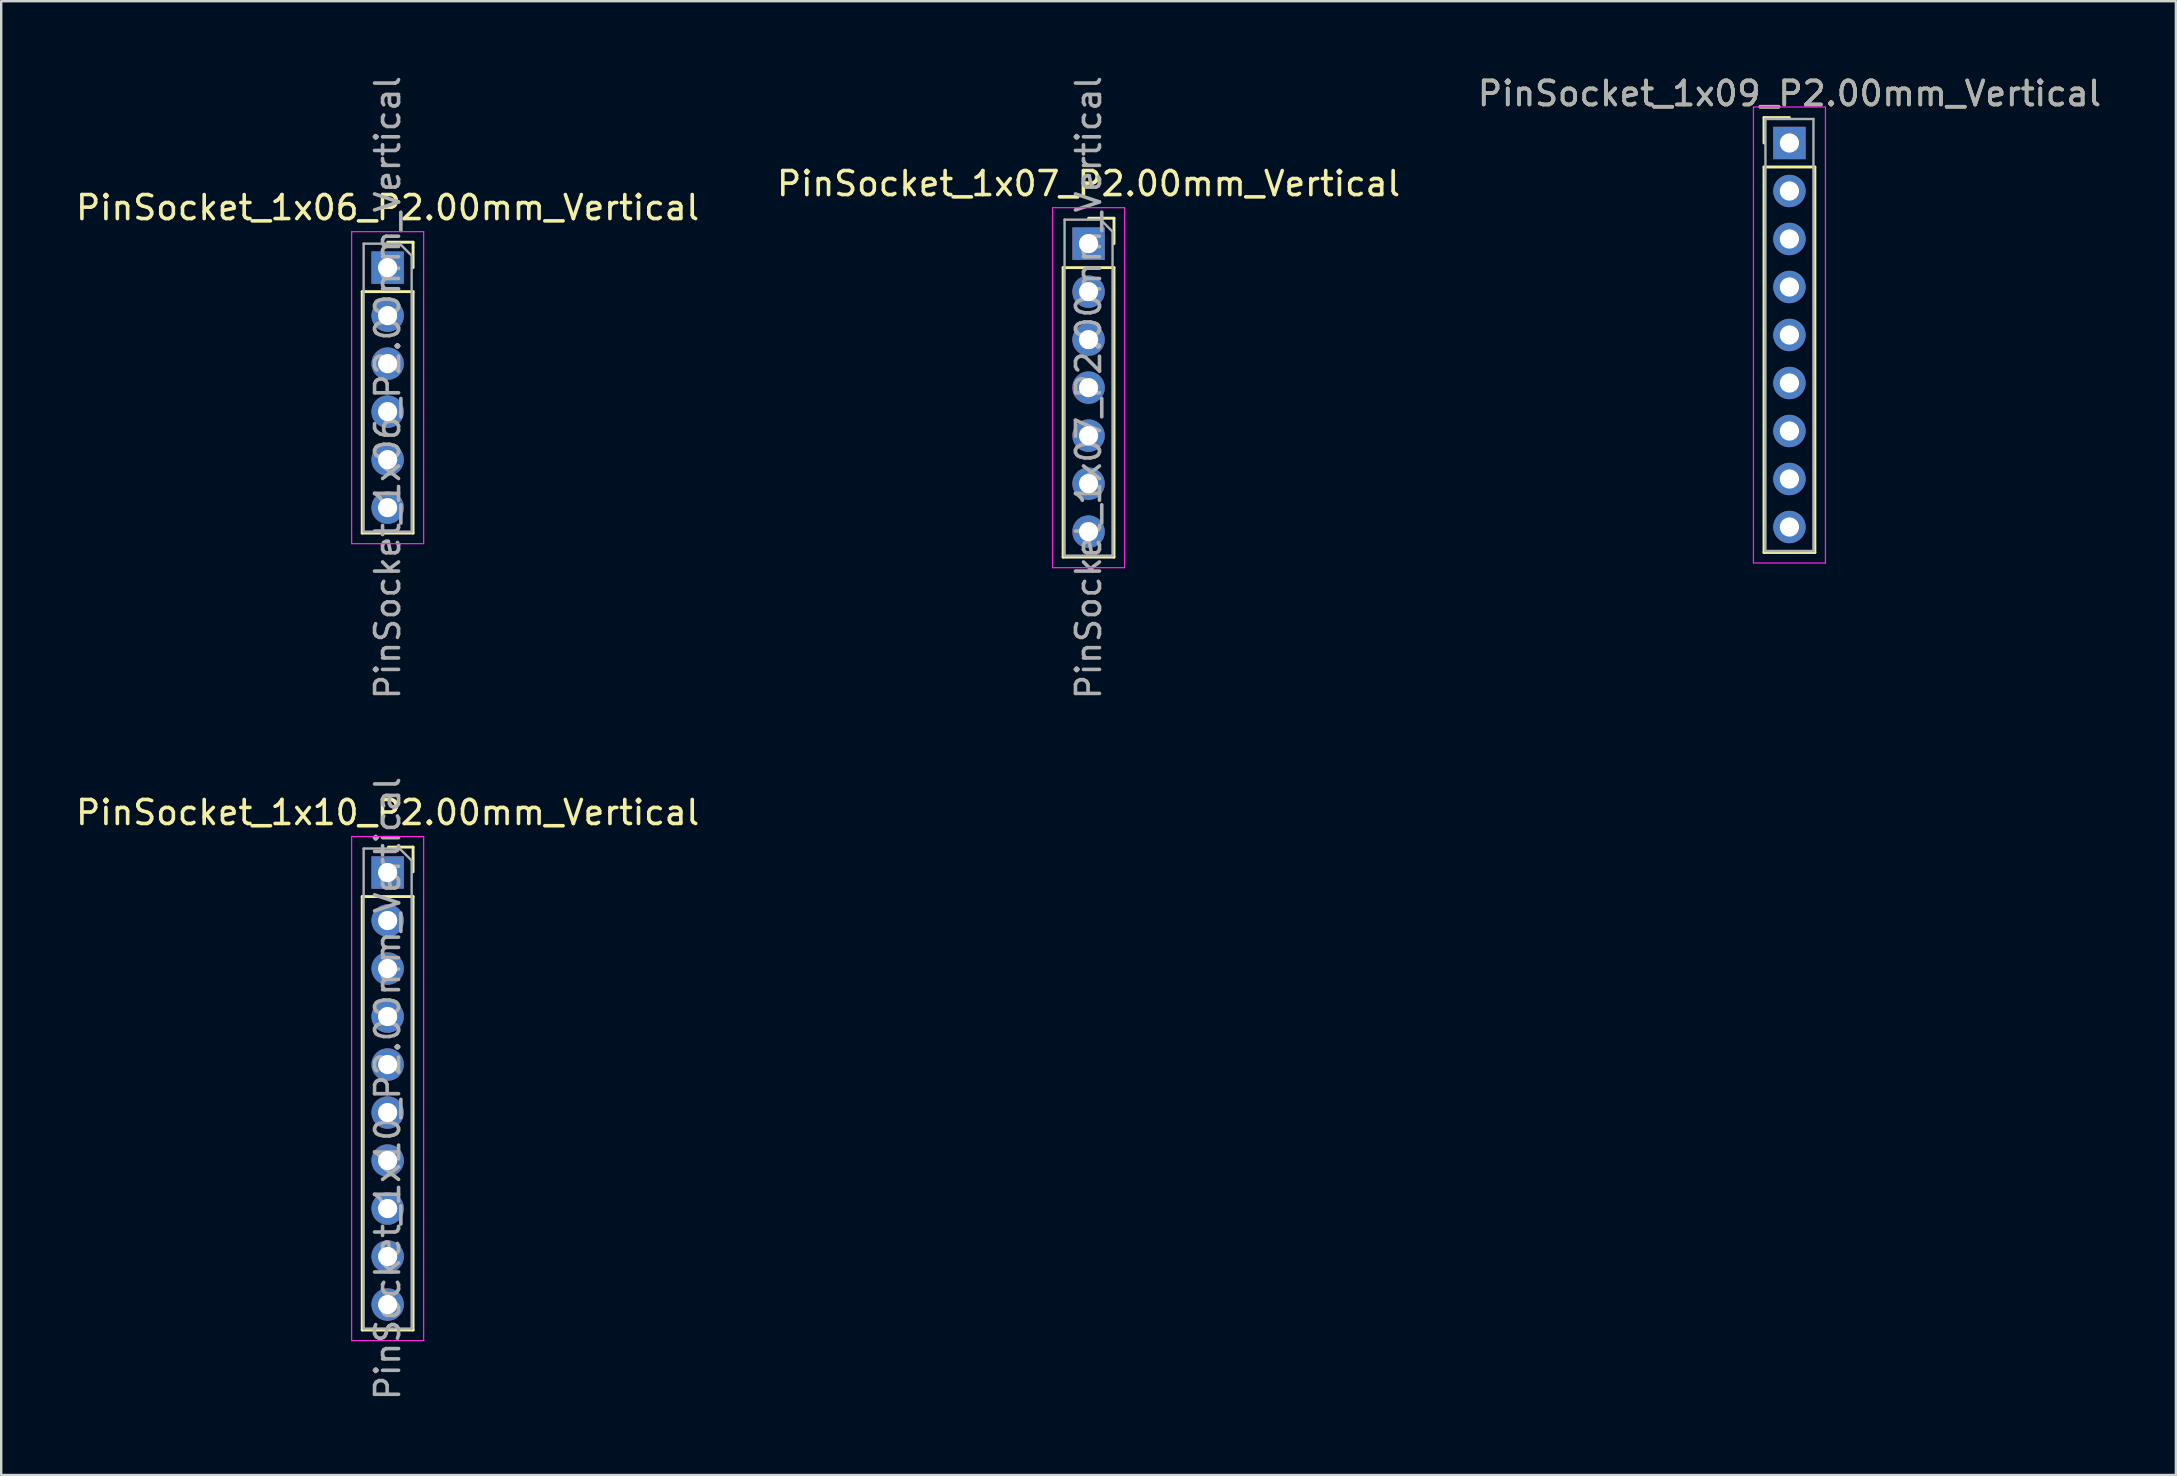
<source format=kicad_pcb>
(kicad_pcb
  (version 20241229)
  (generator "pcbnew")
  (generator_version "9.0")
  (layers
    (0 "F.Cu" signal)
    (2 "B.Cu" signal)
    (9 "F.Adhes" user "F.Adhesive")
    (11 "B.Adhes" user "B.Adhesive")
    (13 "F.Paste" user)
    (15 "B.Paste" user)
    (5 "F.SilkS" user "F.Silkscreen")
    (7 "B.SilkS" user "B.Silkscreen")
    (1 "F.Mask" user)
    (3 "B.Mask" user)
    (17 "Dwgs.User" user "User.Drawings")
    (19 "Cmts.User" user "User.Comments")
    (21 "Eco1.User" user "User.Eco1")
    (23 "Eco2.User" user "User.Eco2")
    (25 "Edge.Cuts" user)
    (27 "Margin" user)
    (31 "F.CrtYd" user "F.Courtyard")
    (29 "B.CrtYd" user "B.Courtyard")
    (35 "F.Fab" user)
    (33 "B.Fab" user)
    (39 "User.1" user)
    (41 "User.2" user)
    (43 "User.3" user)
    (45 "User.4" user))
  (footprint "PinSocket_1x07_P2.00mm_Vertical"
    (layer "F.Cu")
    (at 42.304 7.101)
    (property "Reference" "PinSocket_1x07_P2.00mm_Vertical" (at 0 -2.5 0) (layer "F.SilkS") (effects (font (size 1 1) (thickness 0.15))))
    (attr through_hole)
    (fp_line (start -1.06 1) (end -1.06 13.06) (stroke (width 0.12) (type solid)) (layer "F.SilkS"))
    (fp_line (start -1.06 1) (end 1.06 1) (stroke (width 0.12) (type solid)) (layer "F.SilkS"))
    (fp_line (start -1.06 13.06) (end 1.06 13.06) (stroke (width 0.12) (type solid)) (layer "F.SilkS"))
    (fp_line (start 0 -1.06) (end 1.06 -1.06) (stroke (width 0.12) (type solid)) (layer "F.SilkS"))
    (fp_line (start 1.06 -1.06) (end 1.06 0) (stroke (width 0.12) (type solid)) (layer "F.SilkS"))
    (fp_line (start 1.06 1) (end 1.06 13.06) (stroke (width 0.12) (type solid)) (layer "F.SilkS"))
    (fp_line (start -1.5 -1.5) (end 1.5 -1.5) (stroke (width 0.05) (type solid)) (layer "F.CrtYd"))
    (fp_line (start -1.5 13.5) (end -1.5 -1.5) (stroke (width 0.05) (type solid)) (layer "F.CrtYd"))
    (fp_line (start 1.5 -1.5) (end 1.5 13.5) (stroke (width 0.05) (type solid)) (layer "F.CrtYd"))
    (fp_line (start 1.5 13.5) (end -1.5 13.5) (stroke (width 0.05) (type solid)) (layer "F.CrtYd"))
    (fp_line (start -1 -1) (end 0.5 -1) (stroke (width 0.1) (type solid)) (layer "F.Fab"))
    (fp_line (start -1 13) (end -1 -1) (stroke (width 0.1) (type solid)) (layer "F.Fab"))
    (fp_line (start 0.5 -1) (end 1 -0.5) (stroke (width 0.1) (type solid)) (layer "F.Fab"))
    (fp_line (start 1 -0.5) (end 1 13) (stroke (width 0.1) (type solid)) (layer "F.Fab"))
    (fp_line (start 1 13) (end -1 13) (stroke (width 0.1) (type solid)) (layer "F.Fab"))
    (fp_text user "${REFERENCE}" (at 0 6 90) (layer "F.Fab") (effects (font (size 1 1) (thickness 0.15))))
    (pad "1" thru_hole rect (at 0 0) (size 1.35 1.35) (drill 0.8) (layers "*.Cu" "*.Mask"))
    (pad "2" thru_hole oval (at 0 2) (size 1.35 1.35) (drill 0.8) (layers "*.Cu" "*.Mask"))
    (pad "3" thru_hole oval (at 0 4) (size 1.35 1.35) (drill 0.8) (layers "*.Cu" "*.Mask"))
    (pad "4" thru_hole oval (at 0 6) (size 1.35 1.35) (drill 0.8) (layers "*.Cu" "*.Mask"))
    (pad "5" thru_hole oval (at 0 8) (size 1.35 1.35) (drill 0.8) (layers "*.Cu" "*.Mask"))
    (pad "6" thru_hole oval (at 0 10) (size 1.35 1.35) (drill 0.8) (layers "*.Cu" "*.Mask"))
    (pad "7" thru_hole oval (at 0 12) (size 1.35 1.35) (drill 0.8) (layers "*.Cu" "*.Mask")))
  (footprint "PinSocket_1x06_P2.00mm_Vertical"
    (layer "F.Cu")
    (at 13.101 8.101)
    (property "Reference" "PinSocket_1x06_P2.00mm_Vertical" (at 0 -2.5 0) (layer "F.SilkS") (effects (font (size 1 1) (thickness 0.15))))
    (attr through_hole)
    (fp_line (start -1.06 1) (end -1.06 11.06) (stroke (width 0.12) (type solid)) (layer "F.SilkS"))
    (fp_line (start -1.06 1) (end 1.06 1) (stroke (width 0.12) (type solid)) (layer "F.SilkS"))
    (fp_line (start -1.06 11.06) (end 1.06 11.06) (stroke (width 0.12) (type solid)) (layer "F.SilkS"))
    (fp_line (start 0 -1.06) (end 1.06 -1.06) (stroke (width 0.12) (type solid)) (layer "F.SilkS"))
    (fp_line (start 1.06 -1.06) (end 1.06 0) (stroke (width 0.12) (type solid)) (layer "F.SilkS"))
    (fp_line (start 1.06 1) (end 1.06 11.06) (stroke (width 0.12) (type solid)) (layer "F.SilkS"))
    (fp_line (start -1.5 -1.5) (end 1.5 -1.5) (stroke (width 0.05) (type solid)) (layer "F.CrtYd"))
    (fp_line (start -1.5 11.5) (end -1.5 -1.5) (stroke (width 0.05) (type solid)) (layer "F.CrtYd"))
    (fp_line (start 1.5 -1.5) (end 1.5 11.5) (stroke (width 0.05) (type solid)) (layer "F.CrtYd"))
    (fp_line (start 1.5 11.5) (end -1.5 11.5) (stroke (width 0.05) (type solid)) (layer "F.CrtYd"))
    (fp_line (start -1 -1) (end 0.5 -1) (stroke (width 0.1) (type solid)) (layer "F.Fab"))
    (fp_line (start -1 11) (end -1 -1) (stroke (width 0.1) (type solid)) (layer "F.Fab"))
    (fp_line (start 0.5 -1) (end 1 -0.5) (stroke (width 0.1) (type solid)) (layer "F.Fab"))
    (fp_line (start 1 -0.5) (end 1 11) (stroke (width 0.1) (type solid)) (layer "F.Fab"))
    (fp_line (start 1 11) (end -1 11) (stroke (width 0.1) (type solid)) (layer "F.Fab"))
    (fp_text user "${REFERENCE}" (at 0 5 90) (layer "F.Fab") (effects (font (size 1 1) (thickness 0.15))))
    (pad "1" thru_hole rect (at 0 0) (size 1.35 1.35) (drill 0.8) (layers "*.Cu" "*.Mask"))
    (pad "2" thru_hole oval (at 0 2) (size 1.35 1.35) (drill 0.8) (layers "*.Cu" "*.Mask"))
    (pad "3" thru_hole oval (at 0 4) (size 1.35 1.35) (drill 0.8) (layers "*.Cu" "*.Mask"))
    (pad "4" thru_hole oval (at 0 6) (size 1.35 1.35) (drill 0.8) (layers "*.Cu" "*.Mask"))
    (pad "5" thru_hole oval (at 0 8) (size 1.35 1.35) (drill 0.8) (layers "*.Cu" "*.Mask"))
    (pad "6" thru_hole oval (at 0 10) (size 1.35 1.35) (drill 0.8) (layers "*.Cu" "*.Mask")))
  (footprint "PinSocket_1x09_P2.00mm_Vertical"
    (layer "F.Cu")
    (at 71.506 2.908)
    (property "Reference" "PinSocket_1x09_P2.00mm_Vertical" (at 0 -2.06 0) (layer "F.SilkS") (effects (font (size 1 1) (thickness 0.15))))
    (attr through_hole)
    (fp_line (start -1.06 -1.06) (end 0 -1.06) (stroke (width 0.12) (type solid)) (layer "F.SilkS"))
    (fp_line (start -1.06 0) (end -1.06 -1.06) (stroke (width 0.12) (type solid)) (layer "F.SilkS"))
    (fp_line (start -1.06 1) (end -1.06 17.06) (stroke (width 0.12) (type solid)) (layer "F.SilkS"))
    (fp_line (start -1.06 17.06) (end 1.06 17.06) (stroke (width 0.12) (type solid)) (layer "F.SilkS"))
    (fp_line (start 1.06 1) (end -1.06 1) (stroke (width 0.12) (type solid)) (layer "F.SilkS"))
    (fp_line (start 1.06 17.06) (end 1.06 1) (stroke (width 0.12) (type solid)) (layer "F.SilkS"))
    (fp_line (start -1.5 -1.5) (end -1.5 17.5) (stroke (width 0.05) (type solid)) (layer "F.CrtYd"))
    (fp_line (start -1.5 17.5) (end 1.5 17.5) (stroke (width 0.05) (type solid)) (layer "F.CrtYd"))
    (fp_line (start 1.5 -1.5) (end -1.5 -1.5) (stroke (width 0.05) (type solid)) (layer "F.CrtYd"))
    (fp_line (start 1.5 17.5) (end 1.5 -1.5) (stroke (width 0.05) (type solid)) (layer "F.CrtYd"))
    (fp_line (start -1 -1) (end -1 17) (stroke (width 0.1) (type solid)) (layer "F.Fab"))
    (fp_line (start -1 17) (end 1 17) (stroke (width 0.1) (type solid)) (layer "F.Fab"))
    (fp_line (start 1 -1) (end -1 -1) (stroke (width 0.1) (type solid)) (layer "F.Fab"))
    (fp_line (start 1 17) (end 1 -1) (stroke (width 0.1) (type solid)) (layer "F.Fab"))
    (fp_text user "${REFERENCE}" (at 0 -2.06 0) (layer "F.Fab") (effects (font (size 1 1) (thickness 0.15))))
    (pad "1" thru_hole rect (at 0 0) (size 1.35 1.35) (drill 0.8) (layers "*.Cu" "*.Mask"))
    (pad "2" thru_hole oval (at 0 2) (size 1.35 1.35) (drill 0.8) (layers "*.Cu" "*.Mask"))
    (pad "3" thru_hole oval (at 0 4) (size 1.35 1.35) (drill 0.8) (layers "*.Cu" "*.Mask"))
    (pad "4" thru_hole oval (at 0 6) (size 1.35 1.35) (drill 0.8) (layers "*.Cu" "*.Mask"))
    (pad "5" thru_hole oval (at 0 8) (size 1.35 1.35) (drill 0.8) (layers "*.Cu" "*.Mask"))
    (pad "6" thru_hole oval (at 0 10) (size 1.35 1.35) (drill 0.8) (layers "*.Cu" "*.Mask"))
    (pad "7" thru_hole oval (at 0 12) (size 1.35 1.35) (drill 0.8) (layers "*.Cu" "*.Mask"))
    (pad "8" thru_hole oval (at 0 14) (size 1.35 1.35) (drill 0.8) (layers "*.Cu" "*.Mask"))
    (pad "9" thru_hole oval (at 0 16) (size 1.35 1.35) (drill 0.8) (layers "*.Cu" "*.Mask")))
  (footprint "PinSocket_1x10_P2.00mm_Vertical"
    (layer "F.Cu")
    (at 13.101 33.304)
    (property "Reference" "PinSocket_1x10_P2.00mm_Vertical" (at 0 -2.5 0) (layer "F.SilkS") (effects (font (size 1 1) (thickness 0.15))))
    (attr through_hole)
    (fp_line (start -1.06 1) (end -1.06 19.06) (stroke (width 0.12) (type solid)) (layer "F.SilkS"))
    (fp_line (start -1.06 19.06) (end 1.06 19.06) (stroke (width 0.12) (type solid)) (layer "F.SilkS"))
    (fp_line (start 1.06 -1.06) (end 0.03 -1.06) (stroke (width 0.12) (type solid)) (layer "F.SilkS"))
    (fp_line (start 1.06 -0.03) (end 1.06 -1.06) (stroke (width 0.12) (type solid)) (layer "F.SilkS"))
    (fp_line (start 1.06 1) (end -1.06 1) (stroke (width 0.12) (type solid)) (layer "F.SilkS"))
    (fp_line (start 1.06 19.06) (end 1.06 1) (stroke (width 0.12) (type solid)) (layer "F.SilkS"))
    (fp_line (start -1.5 -1.5) (end 1.5 -1.5) (stroke (width 0.05) (type solid)) (layer "F.CrtYd"))
    (fp_line (start -1.5 19.5) (end -1.5 -1.5) (stroke (width 0.05) (type solid)) (layer "F.CrtYd"))
    (fp_line (start 1.5 -1.5) (end 1.5 19.5) (stroke (width 0.05) (type solid)) (layer "F.CrtYd"))
    (fp_line (start 1.5 19.5) (end -1.5 19.5) (stroke (width 0.05) (type solid)) (layer "F.CrtYd"))
    (fp_line (start -1 -1) (end 0.5 -1) (stroke (width 0.1) (type solid)) (layer "F.Fab"))
    (fp_line (start -1 19) (end -1 -1) (stroke (width 0.1) (type solid)) (layer "F.Fab"))
    (fp_line (start 0.5 -1) (end 1 -0.5) (stroke (width 0.1) (type solid)) (layer "F.Fab"))
    (fp_line (start 1 -0.5) (end 1 19) (stroke (width 0.1) (type solid)) (layer "F.Fab"))
    (fp_line (start 1 19) (end -1 19) (stroke (width 0.1) (type solid)) (layer "F.Fab"))
    (fp_text user "${REFERENCE}" (at 0 9 90) (layer "F.Fab") (effects (font (size 1 1) (thickness 0.15))))
    (pad "1" thru_hole rect (at 0 0) (size 1.35 1.35) (drill 0.8) (layers "*.Cu" "*.Mask"))
    (pad "2" thru_hole oval (at 0 2) (size 1.35 1.35) (drill 0.8) (layers "*.Cu" "*.Mask"))
    (pad "3" thru_hole oval (at 0 4) (size 1.35 1.35) (drill 0.8) (layers "*.Cu" "*.Mask"))
    (pad "4" thru_hole oval (at 0 6) (size 1.35 1.35) (drill 0.8) (layers "*.Cu" "*.Mask"))
    (pad "5" thru_hole oval (at 0 8) (size 1.35 1.35) (drill 0.8) (layers "*.Cu" "*.Mask"))
    (pad "6" thru_hole oval (at 0 10) (size 1.35 1.35) (drill 0.8) (layers "*.Cu" "*.Mask"))
    (pad "7" thru_hole oval (at 0 12) (size 1.35 1.35) (drill 0.8) (layers "*.Cu" "*.Mask"))
    (pad "8" thru_hole oval (at 0 14) (size 1.35 1.35) (drill 0.8) (layers "*.Cu" "*.Mask"))
    (pad "9" thru_hole oval (at 0 16) (size 1.35 1.35) (drill 0.8) (layers "*.Cu" "*.Mask"))
    (pad "10" thru_hole oval (at 0 18) (size 1.35 1.35) (drill 0.8) (layers "*.Cu" "*.Mask")))
  (gr_rect
    (start -3 -3)
    (end 87.607 58.405)
    (stroke (width 0.1) (type default))
    (fill no)
    (layer "Edge.Cuts")))
</source>
